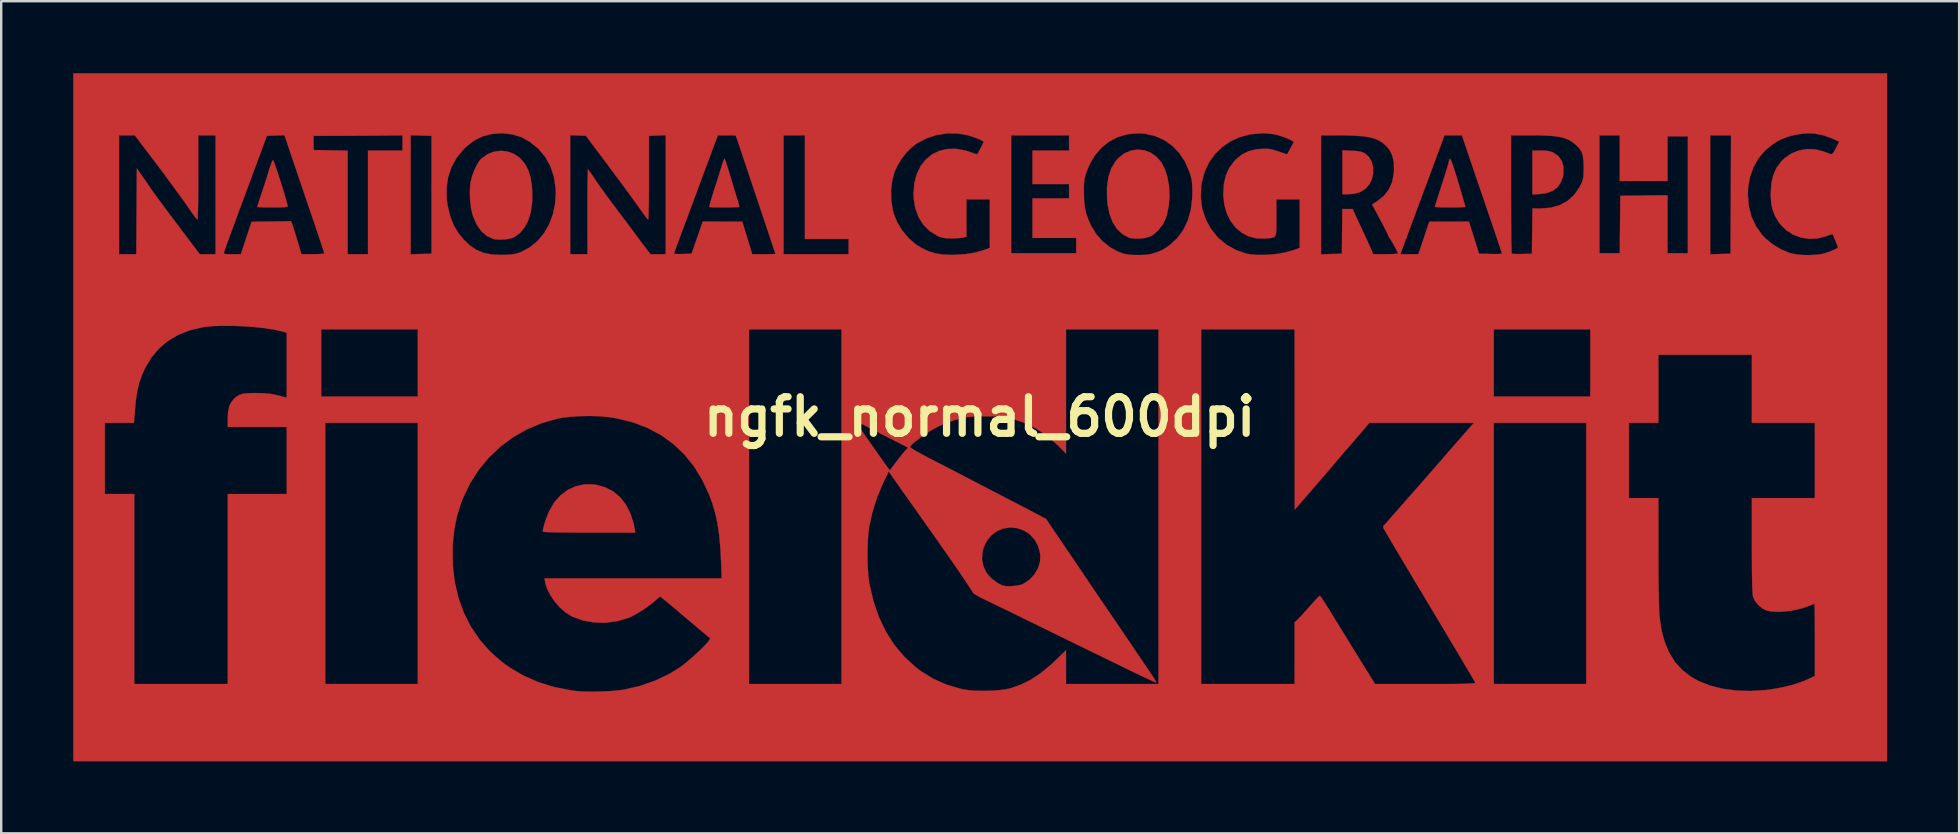
<source format=kicad_pcb>
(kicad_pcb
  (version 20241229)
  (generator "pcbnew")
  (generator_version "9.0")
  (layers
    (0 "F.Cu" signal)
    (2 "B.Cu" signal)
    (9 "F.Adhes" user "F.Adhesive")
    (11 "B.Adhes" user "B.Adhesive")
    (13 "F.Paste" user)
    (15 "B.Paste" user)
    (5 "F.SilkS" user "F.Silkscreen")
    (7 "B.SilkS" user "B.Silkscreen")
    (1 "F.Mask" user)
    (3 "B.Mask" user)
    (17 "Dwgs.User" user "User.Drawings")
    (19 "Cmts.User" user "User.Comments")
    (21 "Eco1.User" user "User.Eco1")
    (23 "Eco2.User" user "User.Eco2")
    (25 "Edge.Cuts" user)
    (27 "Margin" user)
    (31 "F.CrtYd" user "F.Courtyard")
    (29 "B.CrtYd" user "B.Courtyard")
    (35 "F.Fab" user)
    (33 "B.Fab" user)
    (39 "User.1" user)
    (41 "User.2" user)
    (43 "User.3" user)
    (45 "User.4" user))
  (footprint "ngfk_normal_600dpi"
    (layer "F.Cu")
    (at 37.766 14.314)
    (property "Reference" "ngfk_normal_600dpi" (at 0 0 0) (layer "F.SilkS") (effects (font (size 1.524 1.524) (thickness 0.3))))
    (attr through_hole)
    (fp_poly (pts (xy 23.584 -11.086) (xy 23.733 -11.065) (xy 23.858 -11.025) (xy 23.92 -10.996) (xy 24.119 -10.851) (xy 24.255 -10.655) (xy 24.326 -10.417) (xy 24.326 -10.145) (xy 24.303 -10.016) (xy 24.209 -9.75) (xy 24.06 -9.546) (xy 23.853 -9.401) (xy 23.586 -9.312) (xy 23.341 -9.28) (xy 23.029 -9.26) (xy 23.029 -11.091) (xy 23.38 -11.091) (xy 23.584 -11.086)) (stroke (width 0.01) (type solid)) (fill yes) (layer "F.Cu"))
    (fp_poly (pts (xy 15.506 -11.084) (xy 15.714 -11.071) (xy 15.861 -11.049) (xy 15.972 -11.014) (xy 16.058 -10.969) (xy 16.223 -10.82) (xy 16.335 -10.623) (xy 16.393 -10.394) (xy 16.397 -10.151) (xy 16.346 -9.91) (xy 16.24 -9.69) (xy 16.084 -9.511) (xy 15.878 -9.374) (xy 15.642 -9.296) (xy 15.356 -9.271) (xy 15.352 -9.271) (xy 15.113 -9.271) (xy 15.113 -11.101) (xy 15.506 -11.084)) (stroke (width 0.01) (type solid)) (fill yes) (layer "F.Cu"))
    (fp_poly (pts (xy -16.09 2.819) (xy -15.991 2.832) (xy -15.609 2.935) (xy -15.271 3.109) (xy -14.981 3.35) (xy -14.74 3.657) (xy -14.551 4.026) (xy -14.416 4.454) (xy -14.374 4.667) (xy -14.347 4.826) (xy -16.275 4.826) (xy -16.773 4.825) (xy -17.189 4.823) (xy -17.529 4.819) (xy -17.795 4.814) (xy -17.991 4.807) (xy -18.122 4.798) (xy -18.19 4.788) (xy -18.203 4.779) (xy -18.187 4.667) (xy -18.145 4.501) (xy -18.083 4.307) (xy -18.01 4.108) (xy -17.934 3.928) (xy -17.925 3.909) (xy -17.716 3.557) (xy -17.459 3.268) (xy -17.16 3.046) (xy -16.827 2.894) (xy -16.468 2.817) (xy -16.09 2.819)) (stroke (width 0.01) (type solid)) (fill yes) (layer "F.Cu"))
    (fp_poly (pts (xy -29.422 -10.664) (xy -29.381 -10.56) (xy -29.325 -10.402) (xy -29.258 -10.204) (xy -29.184 -9.978) (xy -29.107 -9.738) (xy -29.032 -9.498) (xy -28.963 -9.271) (xy -28.904 -9.071) (xy -28.86 -8.911) (xy -28.835 -8.805) (xy -28.83 -8.774) (xy -28.851 -8.752) (xy -28.922 -8.737) (xy -29.051 -8.727) (xy -29.248 -8.722) (xy -29.464 -8.721) (xy -29.685 -8.722) (xy -29.873 -8.726) (xy -30.012 -8.733) (xy -30.089 -8.74) (xy -30.099 -8.745) (xy -30.086 -8.792) (xy -30.051 -8.902) (xy -29.999 -9.061) (xy -29.936 -9.251) (xy -29.932 -9.263) (xy -29.848 -9.517) (xy -29.756 -9.802) (xy -29.67 -10.075) (xy -29.625 -10.223) (xy -29.566 -10.409) (xy -29.512 -10.561) (xy -29.468 -10.663) (xy -29.443 -10.7) (xy -29.422 -10.664)) (stroke (width 0.01) (type solid)) (fill yes) (layer "F.Cu"))
    (fp_poly (pts (xy 6.86 -11.103) (xy 7.128 -11.003) (xy 7.371 -10.833) (xy 7.575 -10.595) (xy 7.577 -10.592) (xy 7.725 -10.304) (xy 7.83 -9.962) (xy 7.892 -9.583) (xy 7.909 -9.186) (xy 7.879 -8.791) (xy 7.803 -8.416) (xy 7.745 -8.239) (xy 7.629 -8.01) (xy 7.465 -7.794) (xy 7.275 -7.615) (xy 7.139 -7.527) (xy 6.956 -7.463) (xy 6.729 -7.426) (xy 6.495 -7.42) (xy 6.286 -7.444) (xy 6.212 -7.466) (xy 5.947 -7.609) (xy 5.723 -7.823) (xy 5.544 -8.103) (xy 5.412 -8.444) (xy 5.33 -8.843) (xy 5.306 -9.092) (xy 5.305 -9.569) (xy 5.363 -9.985) (xy 5.481 -10.343) (xy 5.658 -10.642) (xy 5.779 -10.78) (xy 6.025 -10.972) (xy 6.296 -11.089) (xy 6.578 -11.132) (xy 6.86 -11.103)) (stroke (width 0.01) (type solid)) (fill yes) (layer "F.Cu"))
    (fp_poly (pts (xy 19.628 -10.715) (xy 19.671 -10.611) (xy 19.726 -10.458) (xy 19.785 -10.276) (xy 19.868 -10.007) (xy 19.95 -9.735) (xy 20.028 -9.473) (xy 20.1 -9.233) (xy 20.159 -9.028) (xy 20.204 -8.871) (xy 20.23 -8.773) (xy 20.235 -8.748) (xy 20.195 -8.739) (xy 20.086 -8.73) (xy 19.92 -8.724) (xy 19.714 -8.721) (xy 19.6 -8.721) (xy 19.379 -8.722) (xy 19.192 -8.727) (xy 19.052 -8.734) (xy 18.976 -8.742) (xy 18.965 -8.747) (xy 18.978 -8.793) (xy 19.013 -8.907) (xy 19.066 -9.078) (xy 19.135 -9.292) (xy 19.214 -9.537) (xy 19.238 -9.612) (xy 19.322 -9.874) (xy 19.399 -10.117) (xy 19.463 -10.328) (xy 19.51 -10.491) (xy 19.537 -10.591) (xy 19.539 -10.602) (xy 19.566 -10.701) (xy 19.597 -10.751) (xy 19.603 -10.753) (xy 19.628 -10.715)) (stroke (width 0.01) (type solid)) (fill yes) (layer "F.Cu"))
    (fp_poly (pts (xy -19.66 -11.049) (xy -19.391 -10.947) (xy -19.152 -10.781) (xy -18.954 -10.551) (xy -18.905 -10.472) (xy -18.793 -10.236) (xy -18.714 -9.982) (xy -18.664 -9.687) (xy -18.64 -9.394) (xy -18.641 -8.952) (xy -18.696 -8.551) (xy -18.801 -8.197) (xy -18.953 -7.897) (xy -19.149 -7.658) (xy -19.387 -7.486) (xy -19.423 -7.468) (xy -19.58 -7.42) (xy -19.784 -7.389) (xy -20 -7.38) (xy -20.193 -7.395) (xy -20.274 -7.413) (xy -20.536 -7.536) (xy -20.764 -7.735) (xy -20.954 -8.007) (xy -21.104 -8.348) (xy -21.14 -8.462) (xy -21.196 -8.719) (xy -21.23 -9.023) (xy -21.242 -9.34) (xy -21.228 -9.636) (xy -21.211 -9.767) (xy -21.154 -10.002) (xy -21.067 -10.246) (xy -20.96 -10.474) (xy -20.844 -10.661) (xy -20.759 -10.759) (xy -20.507 -10.94) (xy -20.231 -11.047) (xy -19.945 -11.082) (xy -19.66 -11.049)) (stroke (width 0.01) (type solid)) (fill yes) (layer "F.Cu"))
    (fp_poly (pts (xy -10.611 -10.714) (xy -10.571 -10.606) (xy -10.516 -10.441) (xy -10.449 -10.23) (xy -10.375 -9.986) (xy -10.354 -9.917) (xy -10.276 -9.653) (xy -10.202 -9.408) (xy -10.138 -9.196) (xy -10.088 -9.032) (xy -10.057 -8.932) (xy -10.054 -8.923) (xy -10.026 -8.818) (xy -10.021 -8.751) (xy -10.024 -8.743) (xy -10.073 -8.735) (xy -10.187 -8.729) (xy -10.349 -8.724) (xy -10.539 -8.722) (xy -10.739 -8.721) (xy -10.93 -8.722) (xy -11.094 -8.726) (xy -11.212 -8.732) (xy -11.265 -8.739) (xy -11.266 -8.74) (xy -11.26 -8.785) (xy -11.231 -8.896) (xy -11.184 -9.061) (xy -11.121 -9.266) (xy -11.063 -9.449) (xy -10.981 -9.705) (xy -10.901 -9.958) (xy -10.829 -10.188) (xy -10.772 -10.371) (xy -10.75 -10.446) (xy -10.703 -10.592) (xy -10.662 -10.701) (xy -10.634 -10.751) (xy -10.631 -10.753) (xy -10.611 -10.714)) (stroke (width 0.01) (type solid)) (fill yes) (layer "F.Cu"))
    (fp_poly (pts (xy 37.804 14.351) (xy -37.761 14.351) (xy -37.761 0.254) (xy -36.449 0.254) (xy -36.449 3.217) (xy -35.221 3.217) (xy -35.221 11.134) (xy -31.327 11.134) (xy -31.327 3.217) (xy -28.871 3.217) (xy -28.871 0.423) (xy -31.327 0.423) (xy -31.327 0.254) (xy -27.263 0.254) (xy -27.263 11.134) (xy -23.41 11.134) (xy -23.41 5.466) (xy -21.958 5.466) (xy -21.95 6.193) (xy -21.868 6.889) (xy -21.713 7.551) (xy -21.487 8.174) (xy -21.191 8.755) (xy -20.827 9.291) (xy -20.398 9.779) (xy -19.904 10.214) (xy -19.587 10.441) (xy -19.008 10.782) (xy -18.395 11.053) (xy -17.741 11.256) (xy -17.039 11.395) (xy -16.781 11.429) (xy -16.538 11.447) (xy -16.236 11.454) (xy -15.901 11.45) (xy -15.558 11.438) (xy -15.232 11.417) (xy -14.949 11.388) (xy -14.806 11.366) (xy -14.143 11.211) (xy -13.511 10.99) (xy -12.922 10.708) (xy -12.499 10.448) (xy -12.342 10.332) (xy -12.154 10.178) (xy -11.952 10.002) (xy -11.75 9.818) (xy -11.565 9.641) (xy -11.413 9.484) (xy -11.309 9.364) (xy -11.299 9.35) (xy -11.219 9.238) (xy -11.716 8.821) (xy -11.938 8.635) (xy -12.195 8.418) (xy -12.459 8.195) (xy -12.701 7.989) (xy -12.749 7.948) (xy -12.929 7.797) (xy -13.087 7.667) (xy -13.211 7.567) (xy -13.29 7.507) (xy -13.313 7.493) (xy -13.357 7.52) (xy -13.438 7.589) (xy -13.497 7.643) (xy -13.654 7.778) (xy -13.859 7.93) (xy -14.087 8.083) (xy -14.315 8.222) (xy -14.518 8.331) (xy -14.633 8.381) (xy -15.105 8.518) (xy -15.587 8.581) (xy -16.066 8.571) (xy -16.529 8.487) (xy -16.962 8.331) (xy -16.997 8.314) (xy -17.249 8.157) (xy -17.494 7.941) (xy -17.717 7.684) (xy -17.903 7.407) (xy -18.039 7.126) (xy -18.104 6.89) (xy -18.13 6.731) (xy -10.749 6.731) (xy -10.774 6.022) (xy -10.805 5.43) (xy -10.855 4.905) (xy -10.926 4.434) (xy -11.022 4) (xy -11.144 3.587) (xy -11.269 3.248) (xy -11.561 2.623) (xy -11.908 2.061) (xy -12.31 1.563) (xy -12.766 1.131) (xy -13.274 0.765) (xy -13.834 0.466) (xy -14.445 0.234) (xy -15.106 0.07) (xy -15.452 0.014) (xy -15.817 -0.02) (xy -16.223 -0.034) (xy -16.642 -0.026) (xy -17.048 0.000498) (xy -17.413 0.046) (xy -17.59 0.079) (xy -18.246 0.266) (xy -18.866 0.526) (xy -19.444 0.856) (xy -19.974 1.251) (xy -20.453 1.707) (xy -20.875 2.219) (xy -21.236 2.784) (xy -21.53 3.397) (xy -21.627 3.653) (xy -21.782 4.164) (xy -21.886 4.686) (xy -21.946 5.248) (xy -21.958 5.466) (xy -23.41 5.466) (xy -23.41 0.254) (xy -27.263 0.254) (xy -31.327 0.254) (xy -31.327 0.062) (xy -31.313 -0.214) (xy -31.267 -0.43) (xy -31.184 -0.605) (xy -31.081 -0.734) (xy -30.972 -0.835) (xy -30.856 -0.906) (xy -30.718 -0.953) (xy -30.54 -0.978) (xy -30.304 -0.988) (xy -30.141 -0.989) (xy -29.83 -0.98) (xy -29.563 -0.955) (xy -29.303 -0.908) (xy -29.009 -0.833) (xy -28.967 -0.822) (xy -28.871 -0.794) (xy -28.871 -3.501) (xy -29.136 -3.572) (xy -29.449 -3.64) (xy -29.456 -3.641) (xy -27.432 -3.641) (xy -27.432 -0.847) (xy -23.41 -0.847) (xy -23.41 -3.641) (xy -9.61 -3.641) (xy -9.61 11.134) (xy -5.757 11.134) (xy -5.757 5.923) (xy -4.672 5.923) (xy -4.66 6.294) (xy -4.637 6.632) (xy -4.602 6.913) (xy -4.597 6.943) (xy -4.43 7.667) (xy -4.202 8.334) (xy -3.911 8.944) (xy -3.559 9.497) (xy -3.145 9.991) (xy -2.67 10.427) (xy -2.435 10.605) (xy -1.934 10.914) (xy -1.387 11.156) (xy -0.788 11.334) (xy -0.72 11.349) (xy -0.456 11.391) (xy -0.14 11.415) (xy 0.205 11.421) (xy 0.554 11.41) (xy 0.883 11.382) (xy 1.168 11.339) (xy 1.309 11.305) (xy 1.74 11.151) (xy 2.152 10.943) (xy 2.557 10.672) (xy 2.967 10.332) (xy 3.159 10.151) (xy 3.598 9.724) (xy 3.598 11.134) (xy 7.451 11.134) (xy 7.451 -3.641) (xy 9.229 -3.641) (xy 9.229 11.134) (xy 13.123 11.134) (xy 13.123 8.566) (xy 13.234 8.463) (xy 13.302 8.394) (xy 13.412 8.277) (xy 13.55 8.125) (xy 13.703 7.954) (xy 13.745 7.906) (xy 13.89 7.743) (xy 14.016 7.607) (xy 14.112 7.507) (xy 14.167 7.455) (xy 14.175 7.451) (xy 14.205 7.485) (xy 14.271 7.581) (xy 14.367 7.729) (xy 14.487 7.917) (xy 14.623 8.134) (xy 14.664 8.202) (xy 14.918 8.616) (xy 15.172 9.029) (xy 15.42 9.431) (xy 15.653 9.81) (xy 15.866 10.155) (xy 16.052 10.454) (xy 16.202 10.696) (xy 16.244 10.763) (xy 16.475 11.134) (xy 18.571 11.134) (xy 19.047 11.134) (xy 19.445 11.133) (xy 19.772 11.132) (xy 20.034 11.129) (xy 20.239 11.126) (xy 20.394 11.121) (xy 20.504 11.115) (xy 20.577 11.106) (xy 20.62 11.096) (xy 20.639 11.083) (xy 20.642 11.068) (xy 20.64 11.061) (xy 20.614 11.015) (xy 20.549 10.901) (xy 20.445 10.726) (xy 20.308 10.494) (xy 20.141 10.211) (xy 19.945 9.882) (xy 19.725 9.513) (xy 19.484 9.11) (xy 19.226 8.677) (xy 18.952 8.219) (xy 18.733 7.853) (xy 18.45 7.381) (xy 18.179 6.929) (xy 17.924 6.502) (xy 17.688 6.105) (xy 17.473 5.745) (xy 17.283 5.425) (xy 17.122 5.153) (xy 16.992 4.933) (xy 16.897 4.77) (xy 16.84 4.671) (xy 16.824 4.641) (xy 16.816 4.565) (xy 16.833 4.536) (xy 16.876 4.493) (xy 16.959 4.402) (xy 17.067 4.278) (xy 17.124 4.212) (xy 17.242 4.076) (xy 17.399 3.896) (xy 17.579 3.691) (xy 17.767 3.478) (xy 17.867 3.365) (xy 18.063 3.144) (xy 18.301 2.873) (xy 18.569 2.568) (xy 18.853 2.243) (xy 19.14 1.914) (xy 19.417 1.594) (xy 19.672 1.3) (xy 19.68 1.29) (xy 19.754 1.206) (xy 19.867 1.077) (xy 20.001 0.923) (xy 20.106 0.804) (xy 20.242 0.649) (xy 20.365 0.508) (xy 20.46 0.4) (xy 20.505 0.349) (xy 20.589 0.254) (xy 21.421 0.254) (xy 21.421 11.134) (xy 25.273 11.134) (xy 25.273 0.254) (xy 27.051 0.254) (xy 27.051 3.387) (xy 28.279 3.387) (xy 28.279 5.599) (xy 28.28 6.042) (xy 28.282 6.473) (xy 28.286 6.884) (xy 28.291 7.262) (xy 28.297 7.599) (xy 28.304 7.884) (xy 28.311 8.107) (xy 28.319 8.257) (xy 28.321 8.278) (xy 28.402 8.858) (xy 28.538 9.374) (xy 28.73 9.829) (xy 28.978 10.224) (xy 29.285 10.56) (xy 29.651 10.841) (xy 29.955 11.01) (xy 30.424 11.197) (xy 30.949 11.329) (xy 31.517 11.405) (xy 32.118 11.425) (xy 32.741 11.386) (xy 32.901 11.367) (xy 33.41 11.281) (xy 33.885 11.164) (xy 34.309 11.021) (xy 34.483 10.946) (xy 34.798 10.801) (xy 34.798 9.295) (xy 34.798 8.947) (xy 34.796 8.628) (xy 34.794 8.347) (xy 34.791 8.113) (xy 34.788 7.936) (xy 34.784 7.825) (xy 34.78 7.789) (xy 34.735 7.805) (xy 34.637 7.844) (xy 34.558 7.877) (xy 34.268 7.98) (xy 33.945 8.057) (xy 33.612 8.108) (xy 33.29 8.128) (xy 33.002 8.116) (xy 32.792 8.076) (xy 32.613 7.987) (xy 32.441 7.843) (xy 32.301 7.668) (xy 32.225 7.509) (xy 32.212 7.437) (xy 32.201 7.315) (xy 32.192 7.138) (xy 32.184 6.9) (xy 32.179 6.597) (xy 32.176 6.224) (xy 32.174 5.775) (xy 32.173 5.361) (xy 32.173 3.387) (xy 34.798 3.387) (xy 34.798 0.254) (xy 32.173 0.254) (xy 32.173 -2.582) (xy 28.279 -2.582) (xy 28.279 0.254) (xy 27.051 0.254) (xy 25.273 0.254) (xy 21.421 0.254) (xy 20.589 0.254) (xy 18.412 0.255) (xy 16.235 0.255) (xy 15.868 0.689) (xy 15.724 0.857) (xy 15.594 1.009) (xy 15.491 1.128) (xy 15.427 1.2) (xy 15.422 1.206) (xy 15.367 1.269) (xy 15.269 1.381) (xy 15.141 1.53) (xy 14.996 1.7) (xy 14.948 1.757) (xy 14.796 1.936) (xy 14.654 2.103) (xy 14.536 2.242) (xy 14.455 2.337) (xy 14.441 2.353) (xy 14.374 2.432) (xy 14.258 2.567) (xy 14.099 2.75) (xy 13.904 2.975) (xy 13.68 3.234) (xy 13.433 3.52) (xy 13.236 3.747) (xy 13.126 3.873) (xy 13.123 -3.641) (xy 21.421 -3.641) (xy 21.421 -0.847) (xy 25.442 -0.847) (xy 25.442 -3.641) (xy 21.421 -3.641) (xy 13.123 -3.641) (xy 9.229 -3.641) (xy 7.451 -3.641) (xy 3.598 -3.641) (xy 3.598 1.536) (xy 3.264 1.197) (xy 2.818 0.801) (xy 2.338 0.482) (xy 1.817 0.235) (xy 1.333 0.079) (xy 1.177 0.041) (xy 1.032 0.014) (xy 0.881 -0.004) (xy 0.702 -0.014) (xy 0.475 -0.018) (xy 0.233 -0.018) (xy -0.046 -0.015) (xy -0.262 -0.009) (xy -0.435 0.003) (xy -0.585 0.024) (xy -0.734 0.054) (xy -0.903 0.097) (xy -0.91 0.099) (xy -1.141 0.17) (xy -1.403 0.267) (xy -1.654 0.373) (xy -1.759 0.423) (xy -1.939 0.52) (xy -2.135 0.64) (xy -2.333 0.772) (xy -2.52 0.906) (xy -2.684 1.034) (xy -2.81 1.144) (xy -2.885 1.227) (xy -2.9 1.263) (xy -2.864 1.296) (xy -2.762 1.362) (xy -2.605 1.454) (xy -2.404 1.565) (xy -2.168 1.691) (xy -1.99 1.783) (xy -1.694 1.935) (xy -1.385 2.094) (xy -1.083 2.25) (xy -0.81 2.391) (xy -0.586 2.508) (xy -0.529 2.537) (xy -0.322 2.646) (xy -0.06 2.782) (xy 0.234 2.935) (xy 0.542 3.095) (xy 0.84 3.249) (xy 0.91 3.286) (xy 1.198 3.434) (xy 1.493 3.588) (xy 1.777 3.736) (xy 2.031 3.868) (xy 2.234 3.975) (xy 2.282 4) (xy 2.765 4.255) (xy 3.312 5.059) (xy 3.503 5.34) (xy 3.725 5.668) (xy 3.961 6.017) (xy 4.196 6.364) (xy 4.413 6.685) (xy 4.472 6.773) (xy 4.662 7.055) (xy 4.859 7.346) (xy 5.051 7.63) (xy 5.226 7.887) (xy 5.372 8.101) (xy 5.434 8.191) (xy 5.559 8.373) (xy 5.719 8.608) (xy 5.903 8.879) (xy 6.1 9.168) (xy 6.297 9.46) (xy 6.413 9.631) (xy 6.591 9.895) (xy 6.763 10.149) (xy 6.921 10.382) (xy 7.054 10.579) (xy 7.156 10.729) (xy 7.209 10.808) (xy 7.289 10.931) (xy 7.342 11.026) (xy 7.357 11.072) (xy 7.356 11.073) (xy 7.315 11.06) (xy 7.207 11.014) (xy 7.042 10.939) (xy 6.83 10.84) (xy 6.58 10.721) (xy 6.301 10.587) (xy 6.198 10.537) (xy 5.643 10.266) (xy 5.153 10.027) (xy 4.717 9.814) (xy 4.323 9.622) (xy 3.962 9.446) (xy 3.621 9.279) (xy 3.289 9.117) (xy 2.956 8.954) (xy 2.61 8.784) (xy 2.241 8.603) (xy 2.074 8.521) (xy 1.734 8.355) (xy 1.396 8.19) (xy 1.073 8.032) (xy 0.779 7.89) (xy 0.526 7.767) (xy 0.327 7.671) (xy 0.225 7.622) (xy 0.041 7.531) (xy -0.114 7.447) (xy -0.224 7.378) (xy -0.273 7.335) (xy -0.274 7.334) (xy -0.304 7.281) (xy -0.376 7.168) (xy -0.483 7.008) (xy -0.616 6.808) (xy -0.77 6.581) (xy -0.937 6.337) (xy -1.11 6.085) (xy -1.231 5.91) (xy 0.097 5.91) (xy 0.15 6.208) (xy 0.276 6.482) (xy 0.473 6.722) (xy 0.733 6.918) (xy 0.826 6.969) (xy 0.952 7.025) (xy 1.065 7.054) (xy 1.2 7.062) (xy 1.355 7.056) (xy 1.578 7.03) (xy 1.758 6.986) (xy 1.823 6.958) (xy 2.079 6.784) (xy 2.286 6.561) (xy 2.435 6.303) (xy 2.518 6.027) (xy 2.527 5.747) (xy 2.524 5.726) (xy 2.442 5.4) (xy 2.293 5.12) (xy 2.084 4.893) (xy 1.856 4.745) (xy 1.559 4.639) (xy 1.261 4.612) (xy 0.975 4.657) (xy 0.71 4.771) (xy 0.479 4.946) (xy 0.292 5.179) (xy 0.161 5.463) (xy 0.124 5.599) (xy 0.097 5.91) (xy -1.231 5.91) (xy -1.282 5.837) (xy -1.446 5.602) (xy -1.482 5.551) (xy -1.588 5.4) (xy -1.729 5.2) (xy -1.889 4.973) (xy -2.053 4.74) (xy -2.138 4.619) (xy -2.301 4.388) (xy -2.469 4.15) (xy -2.628 3.925) (xy -2.762 3.737) (xy -2.815 3.662) (xy -2.938 3.489) (xy -3.091 3.273) (xy -3.256 3.04) (xy -3.413 2.816) (xy -3.429 2.793) (xy -3.789 2.28) (xy -4.027 2.771) (xy -4.274 3.357) (xy -4.472 3.993) (xy -4.6 4.572) (xy -4.636 4.843) (xy -4.66 5.174) (xy -4.672 5.542) (xy -4.672 5.923) (xy -5.757 5.923) (xy -5.757 0.176) (xy -5.165 0.176) (xy -5.153 0.206) (xy -5.097 0.296) (xy -5.003 0.439) (xy -4.877 0.626) (xy -4.724 0.849) (xy -4.549 1.099) (xy -4.479 1.201) (xy -4.296 1.461) (xy -4.129 1.696) (xy -3.985 1.899) (xy -3.869 2.061) (xy -3.787 2.173) (xy -3.746 2.227) (xy -3.742 2.231) (xy -3.715 2.196) (xy -3.648 2.108) (xy -3.554 1.981) (xy -3.481 1.884) (xy -3.357 1.722) (xy -3.237 1.571) (xy -3.139 1.454) (xy -3.105 1.415) (xy -2.982 1.286) (xy -4.052 0.738) (xy -4.33 0.596) (xy -4.584 0.467) (xy -4.804 0.355) (xy -4.981 0.267) (xy -5.103 0.206) (xy -5.162 0.177) (xy -5.165 0.176) (xy -5.757 0.176) (xy -5.757 -3.641) (xy -9.61 -3.641) (xy -23.41 -3.641) (xy -27.432 -3.641) (xy -29.456 -3.641) (xy -29.824 -3.696) (xy -30.241 -3.741) (xy -30.681 -3.772) (xy -31.124 -3.789) (xy -31.549 -3.791) (xy -31.938 -3.777) (xy -32.27 -3.745) (xy -32.36 -3.732) (xy -32.904 -3.604) (xy -33.39 -3.413) (xy -33.82 -3.16) (xy -34.194 -2.843) (xy -34.512 -2.463) (xy -34.774 -2.02) (xy -34.779 -2.011) (xy -34.918 -1.697) (xy -35.024 -1.381) (xy -35.102 -1.041) (xy -35.159 -0.655) (xy -35.187 -0.349) (xy -35.235 0.254) (xy -36.449 0.254) (xy -37.761 0.254) (xy -37.761 -6.77) (xy -23.707 -6.77) (xy -23.273 -6.782) (xy -22.839 -6.795) (xy -22.839 -9.544) (xy -22.211 -9.544) (xy -22.203 -9.067) (xy -22.161 -8.775) (xy -22.055 -8.342) (xy -21.907 -7.97) (xy -21.71 -7.642) (xy -21.491 -7.378) (xy -21.228 -7.131) (xy -20.957 -6.95) (xy -20.662 -6.829) (xy -20.328 -6.763) (xy -19.939 -6.744) (xy -19.854 -6.745) (xy -19.623 -6.754) (xy -19.451 -6.769) (xy -19.43 -6.773) (xy -17.06 -6.773) (xy -16.339 -6.773) (xy -16.342 -8.541) (xy -16.342 -8.918) (xy -16.34 -9.267) (xy -16.338 -9.58) (xy -16.335 -9.847) (xy -16.33 -10.061) (xy -16.326 -10.211) (xy -16.32 -10.29) (xy -16.317 -10.3) (xy -16.283 -10.264) (xy -16.215 -10.172) (xy -16.123 -10.041) (xy -16.055 -9.941) (xy -15.94 -9.769) (xy -15.815 -9.59) (xy -15.675 -9.393) (xy -15.512 -9.169) (xy -15.317 -8.907) (xy -15.085 -8.597) (xy -14.838 -8.268) (xy -14.684 -8.065) (xy -14.545 -7.879) (xy -14.429 -7.724) (xy -14.346 -7.612) (xy -14.309 -7.56) (xy -14.256 -7.488) (xy -14.167 -7.369) (xy -14.055 -7.221) (xy -13.979 -7.121) (xy -13.712 -6.773) (xy -13.081 -6.773) (xy -13.081 -6.825) (xy -12.732 -6.825) (xy -12.724 -6.798) (xy -12.667 -6.783) (xy -12.548 -6.779) (xy -12.377 -6.782) (xy -12.002 -6.795) (xy -11.769 -7.464) (xy -11.536 -8.134) (xy -9.891 -8.132) (xy -9.75 -7.675) (xy -9.685 -7.463) (xy -9.622 -7.256) (xy -9.569 -7.082) (xy -9.543 -6.996) (xy -9.477 -6.773) (xy -8.993 -6.773) (xy -8.802 -6.774) (xy -8.646 -6.777) (xy -8.543 -6.78) (xy -8.509 -6.784) (xy -8.522 -6.825) (xy -8.559 -6.938) (xy -8.618 -7.114) (xy -8.694 -7.345) (xy -8.787 -7.622) (xy -8.892 -7.937) (xy -9.007 -8.281) (xy -9.129 -8.645) (xy -9.255 -9.022) (xy -9.383 -9.403) (xy -9.509 -9.779) (xy -9.63 -10.141) (xy -9.745 -10.482) (xy -9.849 -10.793) (xy -9.94 -11.065) (xy -10.016 -11.289) (xy -10.073 -11.458) (xy -10.109 -11.562) (xy -10.118 -11.589) (xy -10.168 -11.726) (xy -8.17 -11.726) (xy -8.17 -6.773) (xy -5.461 -6.773) (xy -5.461 -7.408) (xy -7.281 -7.408) (xy -7.281 -9.428) (xy -3.69 -9.428) (xy -3.681 -9.012) (xy -3.619 -8.61) (xy -3.582 -8.468) (xy -3.435 -8.105) (xy -3.223 -7.758) (xy -2.959 -7.444) (xy -2.658 -7.183) (xy -2.425 -7.037) (xy -2.132 -6.9) (xy -1.843 -6.809) (xy -1.533 -6.759) (xy -1.179 -6.744) (xy -1.016 -6.748) (xy -0.574 -6.778) (xy -0.212 -6.838) (xy -0.148 -6.854) (xy 0.027 -6.902) (xy 0.183 -6.948) (xy 0.293 -6.985) (xy 0.307 -6.99) (xy 0.423 -7.038) (xy 0.423 -9.059) (xy -0.55 -9.059) (xy -0.55 -7.497) (xy -0.709 -7.463) (xy -0.83 -7.447) (xy -1 -7.435) (xy -1.186 -7.431) (xy -1.206 -7.431) (xy -1.402 -7.437) (xy -1.549 -7.459) (xy -1.682 -7.503) (xy -1.778 -7.547) (xy -2.096 -7.75) (xy -2.354 -8.01) (xy -2.55 -8.325) (xy -2.682 -8.69) (xy -2.748 -9.103) (xy -2.755 -9.316) (xy -2.719 -9.741) (xy -2.619 -10.119) (xy -2.459 -10.446) (xy -2.246 -10.718) (xy -1.986 -10.93) (xy -1.685 -11.078) (xy -1.348 -11.157) (xy -0.982 -11.164) (xy -0.592 -11.094) (xy -0.404 -11.033) (xy -0.261 -10.983) (xy -0.155 -10.948) (xy -0.105 -10.934) (xy -0.103 -10.935) (xy -0.07 -10.99) (xy -0.016 -11.091) (xy 0.048 -11.212) (xy 0.108 -11.329) (xy 0.153 -11.418) (xy 0.169 -11.456) (xy 0.134 -11.483) (xy 0.043 -11.533) (xy -0.053 -11.579) (xy -0.472 -11.726) (xy 1.312 -11.726) (xy 1.312 -6.816) (xy 4.022 -6.816) (xy 4.022 -7.451) (xy 2.201 -7.451) (xy 2.201 -9.102) (xy 3.725 -9.102) (xy 3.725 -9.39) (xy 4.342 -9.39) (xy 4.342 -9.356) (xy 4.352 -9.01) (xy 4.385 -8.718) (xy 4.447 -8.451) (xy 4.545 -8.181) (xy 4.64 -7.969) (xy 4.846 -7.626) (xy 5.112 -7.321) (xy 5.424 -7.068) (xy 5.766 -6.878) (xy 6.008 -6.792) (xy 6.193 -6.759) (xy 6.43 -6.741) (xy 6.686 -6.738) (xy 6.931 -6.751) (xy 7.132 -6.78) (xy 7.176 -6.79) (xy 7.436 -6.874) (xy 7.653 -6.975) (xy 7.867 -7.114) (xy 7.918 -7.152) (xy 8.234 -7.441) (xy 8.486 -7.785) (xy 8.675 -8.183) (xy 8.8 -8.633) (xy 8.858 -9.131) (xy 8.858 -9.144) (xy 9.213 -9.144) (xy 9.272 -8.686) (xy 9.408 -8.254) (xy 9.617 -7.856) (xy 9.899 -7.499) (xy 9.953 -7.443) (xy 10.294 -7.163) (xy 10.687 -6.945) (xy 11.115 -6.796) (xy 11.333 -6.761) (xy 11.607 -6.745) (xy 11.913 -6.747) (xy 12.227 -6.768) (xy 12.247 -6.77) (xy 14.224 -6.77) (xy 14.658 -6.782) (xy 15.092 -6.795) (xy 15.108 -8.657) (xy 15.539 -8.657) (xy 15.764 -8.17) (xy 15.868 -7.946) (xy 15.976 -7.713) (xy 16.073 -7.502) (xy 16.136 -7.366) (xy 16.213 -7.197) (xy 16.283 -7.04) (xy 16.333 -6.925) (xy 16.338 -6.911) (xy 16.393 -6.773) (xy 16.921 -6.773) (xy 17.53 -6.773) (xy 18.279 -6.773) (xy 18.506 -7.453) (xy 18.734 -8.132) (xy 20.384 -8.133) (xy 20.482 -7.824) (xy 20.545 -7.627) (xy 20.618 -7.396) (xy 20.687 -7.177) (xy 20.694 -7.154) (xy 20.807 -6.795) (xy 21.283 -6.783) (xy 21.473 -6.78) (xy 21.626 -6.783) (xy 21.727 -6.79) (xy 21.759 -6.799) (xy 21.746 -6.845) (xy 21.709 -6.961) (xy 21.651 -7.137) (xy 21.575 -7.364) (xy 21.485 -7.632) (xy 21.384 -7.93) (xy 21.332 -8.081) (xy 21.199 -8.473) (xy 21.049 -8.912) (xy 20.924 -9.278) (xy 22.14 -9.278) (xy 22.141 -8.83) (xy 22.142 -8.408) (xy 22.145 -8.019) (xy 22.148 -7.67) (xy 22.151 -7.37) (xy 22.156 -7.125) (xy 22.16 -6.943) (xy 22.166 -6.833) (xy 22.17 -6.8) (xy 22.223 -6.789) (xy 22.34 -6.782) (xy 22.501 -6.78) (xy 22.604 -6.782) (xy 23.008 -6.795) (xy 23.02 -7.736) (xy 23.031 -8.678) (xy 23.386 -8.678) (xy 23.802 -8.713) (xy 24.17 -8.818) (xy 24.49 -8.992) (xy 24.761 -9.234) (xy 24.98 -9.543) (xy 25.054 -9.685) (xy 25.105 -9.803) (xy 25.138 -9.911) (xy 25.157 -10.032) (xy 25.165 -10.191) (xy 25.167 -10.393) (xy 25.159 -10.669) (xy 25.128 -10.881) (xy 25.07 -11.049) (xy 24.975 -11.193) (xy 24.838 -11.331) (xy 24.83 -11.338) (xy 24.688 -11.45) (xy 24.539 -11.54) (xy 24.37 -11.608) (xy 24.171 -11.658) (xy 23.93 -11.693) (xy 23.635 -11.714) (xy 23.274 -11.724) (xy 22.998 -11.726) (xy 22.14 -11.726) (xy 25.823 -11.726) (xy 25.823 -6.816) (xy 26.669 -6.816) (xy 26.691 -9.207) (xy 27.675 -9.219) (xy 28.66 -9.23) (xy 28.66 -6.816) (xy 29.506 -6.816) (xy 29.506 -11.684) (xy 28.66 -11.684) (xy 28.66 -9.821) (xy 26.67 -9.821) (xy 26.67 -11.726) (xy 30.438 -11.726) (xy 30.438 -6.77) (xy 30.861 -6.782) (xy 31.285 -6.795) (xy 31.295 -9.26) (xy 31.295 -9.275) (xy 32.005 -9.275) (xy 32.043 -8.793) (xy 32.156 -8.348) (xy 32.342 -7.943) (xy 32.599 -7.581) (xy 32.721 -7.451) (xy 33.028 -7.193) (xy 33.379 -6.98) (xy 33.747 -6.828) (xy 33.876 -6.792) (xy 34.09 -6.757) (xy 34.352 -6.739) (xy 34.631 -6.738) (xy 34.895 -6.753) (xy 35.114 -6.786) (xy 35.15 -6.794) (xy 35.293 -6.839) (xy 35.455 -6.899) (xy 35.607 -6.963) (xy 35.722 -7.021) (xy 35.761 -7.047) (xy 35.75 -7.085) (xy 35.716 -7.177) (xy 35.668 -7.299) (xy 35.616 -7.428) (xy 35.57 -7.538) (xy 35.539 -7.606) (xy 35.536 -7.611) (xy 35.496 -7.603) (xy 35.401 -7.571) (xy 35.301 -7.533) (xy 34.946 -7.434) (xy 34.587 -7.411) (xy 34.237 -7.461) (xy 33.909 -7.58) (xy 33.614 -7.764) (xy 33.365 -8.009) (xy 33.268 -8.142) (xy 33.129 -8.385) (xy 33.036 -8.623) (xy 32.982 -8.882) (xy 32.96 -9.187) (xy 32.959 -9.313) (xy 32.985 -9.719) (xy 33.063 -10.067) (xy 33.198 -10.368) (xy 33.395 -10.633) (xy 33.534 -10.771) (xy 33.813 -10.967) (xy 34.132 -11.096) (xy 34.474 -11.155) (xy 34.823 -11.141) (xy 35.158 -11.054) (xy 35.301 -11) (xy 35.418 -10.957) (xy 35.476 -10.937) (xy 35.528 -10.956) (xy 35.595 -11.044) (xy 35.674 -11.19) (xy 35.808 -11.462) (xy 35.525 -11.591) (xy 35.146 -11.73) (xy 34.77 -11.8) (xy 34.531 -11.81) (xy 34.269 -11.793) (xy 33.987 -11.748) (xy 33.723 -11.682) (xy 33.546 -11.618) (xy 33.437 -11.571) (xy 33.363 -11.543) (xy 33.351 -11.54) (xy 33.303 -11.516) (xy 33.205 -11.457) (xy 33.076 -11.374) (xy 33.048 -11.356) (xy 32.72 -11.091) (xy 32.449 -10.768) (xy 32.238 -10.395) (xy 32.092 -9.981) (xy 32.016 -9.534) (xy 32.005 -9.275) (xy 31.295 -9.275) (xy 31.305 -11.726) (xy 30.872 -11.726) (xy 30.438 -11.726) (xy 26.67 -11.726) (xy 25.823 -11.726) (xy 22.14 -11.726) (xy 22.14 -9.278) (xy 20.924 -9.278) (xy 20.893 -9.371) (xy 20.738 -9.825) (xy 20.595 -10.246) (xy 20.498 -10.53) (xy 20.091 -11.726) (xy 19.729 -11.726) (xy 19.367 -11.726) (xy 18.948 -10.594) (xy 18.815 -10.234) (xy 18.668 -9.838) (xy 18.517 -9.432) (xy 18.371 -9.041) (xy 18.24 -8.689) (xy 18.173 -8.509) (xy 18.063 -8.214) (xy 17.954 -7.92) (xy 17.852 -7.646) (xy 17.763 -7.407) (xy 17.695 -7.223) (xy 17.674 -7.165) (xy 17.53 -6.773) (xy 16.921 -6.773) (xy 17.119 -6.776) (xy 17.281 -6.782) (xy 17.391 -6.792) (xy 17.434 -6.804) (xy 17.434 -6.805) (xy 17.372 -6.933) (xy 17.293 -7.084) (xy 17.209 -7.236) (xy 17.133 -7.366) (xy 17.079 -7.449) (xy 17.07 -7.461) (xy 17.029 -7.518) (xy 17.028 -7.535) (xy 17.016 -7.571) (xy 16.971 -7.668) (xy 16.896 -7.817) (xy 16.799 -8.004) (xy 16.701 -8.19) (xy 16.35 -8.845) (xy 16.556 -8.977) (xy 16.834 -9.197) (xy 17.041 -9.457) (xy 17.18 -9.762) (xy 17.252 -10.117) (xy 17.263 -10.266) (xy 17.255 -10.602) (xy 17.193 -10.882) (xy 17.075 -11.118) (xy 16.947 -11.275) (xy 16.804 -11.404) (xy 16.644 -11.507) (xy 16.456 -11.587) (xy 16.231 -11.646) (xy 15.957 -11.687) (xy 15.625 -11.712) (xy 15.224 -11.723) (xy 15.018 -11.725) (xy 14.224 -11.726) (xy 14.224 -6.77) (xy 12.247 -6.77) (xy 12.522 -6.805) (xy 12.764 -6.855) (xy 12.938 -6.904) (xy 13.095 -6.95) (xy 13.204 -6.986) (xy 13.219 -6.992) (xy 13.335 -7.038) (xy 13.335 -9.059) (xy 12.361 -9.059) (xy 12.361 -8.281) (xy 12.362 -7.999) (xy 12.361 -7.791) (xy 12.351 -7.644) (xy 12.325 -7.547) (xy 12.278 -7.489) (xy 12.202 -7.457) (xy 12.091 -7.441) (xy 11.938 -7.43) (xy 11.874 -7.425) (xy 11.526 -7.433) (xy 11.203 -7.518) (xy 10.912 -7.672) (xy 10.659 -7.888) (xy 10.45 -8.161) (xy 10.292 -8.484) (xy 10.19 -8.85) (xy 10.15 -9.253) (xy 10.15 -9.271) (xy 10.173 -9.688) (xy 10.255 -10.049) (xy 10.398 -10.366) (xy 10.607 -10.648) (xy 10.692 -10.736) (xy 10.936 -10.933) (xy 11.205 -11.065) (xy 11.518 -11.141) (xy 11.748 -11.162) (xy 11.934 -11.167) (xy 12.086 -11.155) (xy 12.24 -11.121) (xy 12.432 -11.059) (xy 12.446 -11.055) (xy 12.605 -11) (xy 12.729 -10.96) (xy 12.8 -10.938) (xy 12.81 -10.937) (xy 12.923 -11.14) (xy 13.001 -11.281) (xy 13.05 -11.372) (xy 13.074 -11.424) (xy 13.081 -11.448) (xy 13.081 -11.448) (xy 13.044 -11.484) (xy 12.945 -11.538) (xy 12.805 -11.6) (xy 12.642 -11.663) (xy 12.477 -11.719) (xy 12.384 -11.746) (xy 12.216 -11.777) (xy 12.005 -11.8) (xy 11.794 -11.81) (xy 11.77 -11.81) (xy 11.298 -11.771) (xy 10.859 -11.659) (xy 10.458 -11.479) (xy 10.102 -11.236) (xy 9.798 -10.936) (xy 9.55 -10.584) (xy 9.366 -10.185) (xy 9.251 -9.745) (xy 9.233 -9.623) (xy 9.213 -9.144) (xy 8.858 -9.144) (xy 8.863 -9.335) (xy 8.86 -9.568) (xy 8.85 -9.745) (xy 8.829 -9.893) (xy 8.793 -10.038) (xy 8.741 -10.199) (xy 8.559 -10.62) (xy 8.319 -10.985) (xy 8.029 -11.288) (xy 7.693 -11.526) (xy 7.317 -11.695) (xy 6.908 -11.79) (xy 6.602 -11.81) (xy 6.168 -11.772) (xy 5.766 -11.656) (xy 5.4 -11.468) (xy 5.077 -11.211) (xy 4.8 -10.888) (xy 4.576 -10.503) (xy 4.457 -10.216) (xy 4.407 -10.063) (xy 4.374 -9.928) (xy 4.354 -9.788) (xy 4.344 -9.617) (xy 4.342 -9.39) (xy 3.725 -9.39) (xy 3.725 -9.694) (xy 2.201 -9.694) (xy 2.201 -11.091) (xy 3.725 -11.091) (xy 3.725 -11.726) (xy 1.312 -11.726) (xy -0.472 -11.726) (xy -0.477 -11.728) (xy -0.918 -11.803) (xy -1.365 -11.805) (xy -1.804 -11.735) (xy -2.224 -11.596) (xy -2.611 -11.39) (xy -2.868 -11.194) (xy -3.07 -10.986) (xy -3.266 -10.726) (xy -3.435 -10.445) (xy -3.549 -10.194) (xy -3.646 -9.831) (xy -3.69 -9.428) (xy -7.281 -9.428) (xy -7.281 -11.726) (xy -8.17 -11.726) (xy -10.168 -11.726) (xy -10.908 -11.726) (xy -11.81 -9.303) (xy -11.971 -8.87) (xy -12.123 -8.461) (xy -12.264 -8.081) (xy -12.392 -7.739) (xy -12.503 -7.44) (xy -12.595 -7.193) (xy -12.666 -7.003) (xy -12.712 -6.878) (xy -12.732 -6.825) (xy -12.732 -6.825) (xy -13.081 -6.825) (xy -13.081 -11.73) (xy -13.43 -11.717) (xy -13.78 -11.705) (xy -13.78 -9.959) (xy -13.78 -9.584) (xy -13.782 -9.236) (xy -13.786 -8.925) (xy -13.79 -8.659) (xy -13.795 -8.447) (xy -13.801 -8.299) (xy -13.807 -8.222) (xy -13.81 -8.213) (xy -13.845 -8.246) (xy -13.917 -8.336) (xy -14.017 -8.47) (xy -14.136 -8.637) (xy -14.17 -8.686) (xy -14.274 -8.832) (xy -14.42 -9.035) (xy -14.6 -9.282) (xy -14.805 -9.562) (xy -15.028 -9.863) (xy -15.26 -10.175) (xy -15.452 -10.432) (xy -16.404 -11.705) (xy -16.732 -11.718) (xy -17.06 -11.73) (xy -17.06 -6.773) (xy -19.43 -6.773) (xy -19.313 -6.795) (xy -19.182 -6.837) (xy -19.092 -6.872) (xy -18.735 -7.065) (xy -18.421 -7.324) (xy -18.155 -7.642) (xy -17.941 -8.011) (xy -17.785 -8.421) (xy -17.689 -8.864) (xy -17.66 -9.333) (xy -17.668 -9.529) (xy -17.738 -9.997) (xy -17.879 -10.425) (xy -18.087 -10.808) (xy -18.361 -11.14) (xy -18.401 -11.179) (xy -18.739 -11.454) (xy -19.093 -11.649) (xy -19.469 -11.766) (xy -19.879 -11.81) (xy -19.937 -11.81) (xy -20.351 -11.777) (xy -20.721 -11.679) (xy -21.06 -11.508) (xy -21.381 -11.261) (xy -21.488 -11.159) (xy -21.778 -10.811) (xy -21.997 -10.422) (xy -22.141 -9.998) (xy -22.211 -9.544) (xy -22.839 -9.544) (xy -22.839 -11.705) (xy -23.273 -11.717) (xy -23.707 -11.729) (xy -23.707 -6.77) (xy -37.761 -6.77) (xy -37.761 -11.726) (xy -35.856 -11.726) (xy -35.856 -6.773) (xy -35.138 -6.773) (xy -35.127 -8.562) (xy -35.115 -10.351) (xy -34.883 -10.017) (xy -34.758 -9.838) (xy -34.632 -9.654) (xy -34.524 -9.497) (xy -34.497 -9.457) (xy -34.436 -9.37) (xy -34.331 -9.226) (xy -34.189 -9.033) (xy -34.016 -8.8) (xy -33.821 -8.538) (xy -33.61 -8.255) (xy -33.419 -8.002) (xy -32.494 -6.773) (xy -31.835 -6.773) (xy -31.835 -6.823) (xy -31.488 -6.823) (xy -31.474 -6.794) (xy -31.42 -6.78) (xy -31.313 -6.774) (xy -31.144 -6.773) (xy -30.782 -6.773) (xy -30.559 -7.449) (xy -30.335 -8.125) (xy -28.689 -8.149) (xy -28.638 -8.022) (xy -28.608 -7.935) (xy -28.56 -7.786) (xy -28.501 -7.594) (xy -28.436 -7.379) (xy -28.423 -7.335) (xy -28.258 -6.774) (xy -27.781 -6.774) (xy -27.592 -6.777) (xy -27.438 -6.785) (xy -27.337 -6.797) (xy -27.305 -6.81) (xy -27.318 -6.856) (xy -27.356 -6.974) (xy -27.416 -7.156) (xy -27.495 -7.393) (xy -27.59 -7.676) (xy -27.698 -7.998) (xy -27.818 -8.35) (xy -27.902 -8.598) (xy -28.038 -8.997) (xy -28.175 -9.399) (xy -28.307 -9.789) (xy -28.432 -10.156) (xy -28.544 -10.486) (xy -28.639 -10.765) (xy -28.712 -10.983) (xy -28.732 -11.04) (xy -28.956 -11.705) (xy -27.75 -11.705) (xy -27.75 -11.113) (xy -27.04 -11.101) (xy -26.331 -11.089) (xy -26.331 -6.773) (xy -25.485 -6.773) (xy -25.485 -11.091) (xy -24.045 -11.091) (xy -24.045 -11.727) (xy -25.897 -11.716) (xy -27.75 -11.705) (xy -28.956 -11.705) (xy -28.964 -11.73) (xy -29.33 -11.717) (xy -29.696 -11.705) (xy -30.575 -9.335) (xy -30.734 -8.905) (xy -30.885 -8.498) (xy -31.024 -8.12) (xy -31.15 -7.778) (xy -31.259 -7.48) (xy -31.35 -7.233) (xy -31.418 -7.043) (xy -31.463 -6.919) (xy -31.48 -6.869) (xy -31.488 -6.823) (xy -31.835 -6.823) (xy -31.835 -11.726) (xy -32.554 -11.726) (xy -32.554 -9.97) (xy -32.555 -9.593) (xy -32.557 -9.244) (xy -32.561 -8.932) (xy -32.566 -8.665) (xy -32.572 -8.452) (xy -32.578 -8.301) (xy -32.585 -8.222) (xy -32.589 -8.213) (xy -32.626 -8.246) (xy -32.698 -8.335) (xy -32.793 -8.465) (xy -32.873 -8.58) (xy -33.045 -8.828) (xy -33.261 -9.131) (xy -33.514 -9.48) (xy -33.795 -9.862) (xy -34.096 -10.268) (xy -34.41 -10.686) (xy -34.629 -10.974) (xy -35.2 -11.725) (xy -35.856 -11.726) (xy -37.761 -11.726) (xy -37.761 -14.309) (xy 37.804 -14.309) (xy 37.804 14.351)) (stroke (width 0.01) (type solid)) (fill yes) (layer "F.Cu")))
  (gr_rect
    (start -3 -3)
    (end 78.575 31.67)
    (stroke (width 0.1) (type default))
    (fill no)
    (layer "Edge.Cuts")))
</source>
